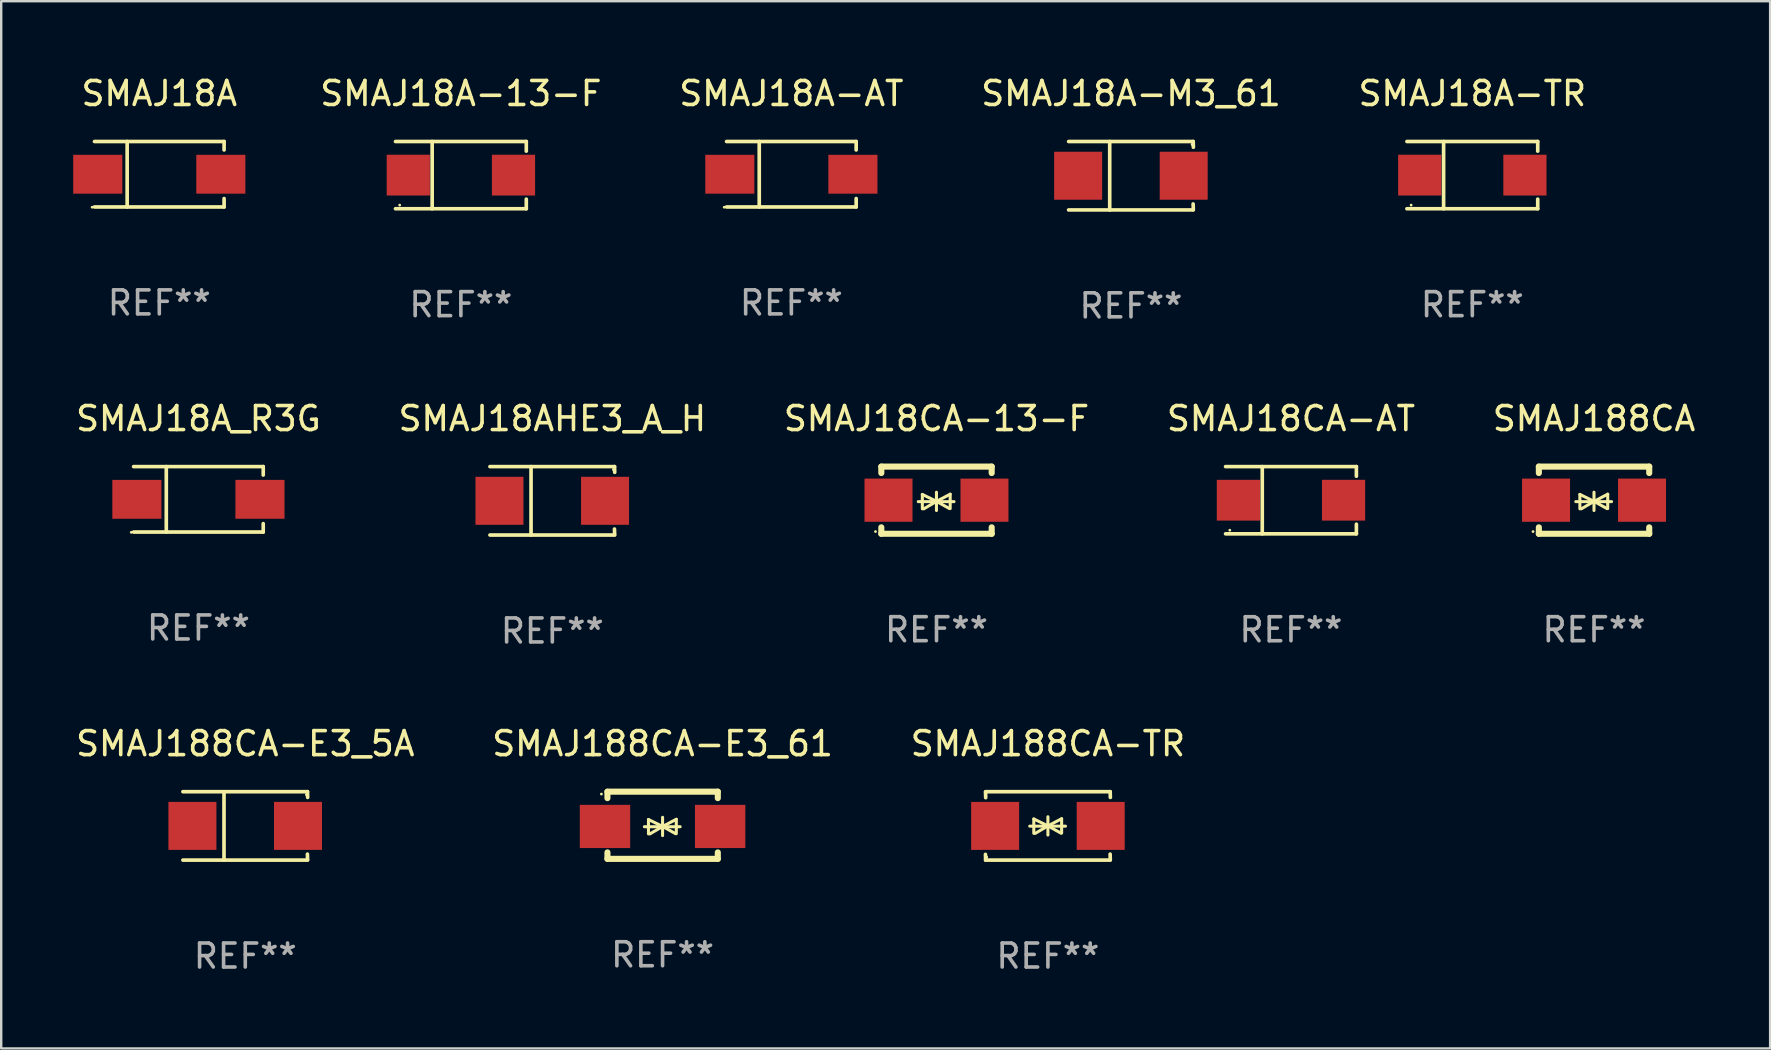
<source format=kicad_pcb>
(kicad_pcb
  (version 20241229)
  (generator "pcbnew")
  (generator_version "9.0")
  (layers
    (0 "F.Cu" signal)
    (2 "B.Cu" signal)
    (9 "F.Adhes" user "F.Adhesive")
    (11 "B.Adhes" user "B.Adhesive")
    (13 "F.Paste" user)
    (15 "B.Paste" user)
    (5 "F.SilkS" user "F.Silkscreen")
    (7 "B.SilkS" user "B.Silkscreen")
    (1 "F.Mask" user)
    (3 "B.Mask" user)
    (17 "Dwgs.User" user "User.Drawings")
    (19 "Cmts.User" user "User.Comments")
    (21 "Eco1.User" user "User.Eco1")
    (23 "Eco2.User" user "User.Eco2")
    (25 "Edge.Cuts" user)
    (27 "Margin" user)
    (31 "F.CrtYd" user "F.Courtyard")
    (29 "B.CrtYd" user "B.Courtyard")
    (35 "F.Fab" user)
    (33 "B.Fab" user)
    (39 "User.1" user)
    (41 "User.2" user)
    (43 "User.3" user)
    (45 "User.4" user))
  (footprint "SMAJ188CA-E3_61"
    (layer "F.Cu")
    (at 24.565 31.346)
    (property "Reference" "SMAJ188CA-E3_61" (at 0 -3.4 0) (layer "F.SilkS") (effects (font (size 1 1) (thickness 0.15))))
    (attr through_hole)
    (fp_line (start -2.298 -1.4) (end -2.298 -1.131) (stroke (width 0.254) (type solid)) (layer "F.SilkS"))
    (fp_line (start -2.298 -1.4) (end 2.302 -1.4) (stroke (width 0.254) (type solid)) (layer "F.SilkS"))
    (fp_line (start -2.298 1.131) (end -2.298 1.4) (stroke (width 0.254) (type solid)) (layer "F.SilkS"))
    (fp_line (start -2.298 1.4) (end 2.302 1.4) (stroke (width 0.254) (type solid)) (layer "F.SilkS"))
    (fp_line (start -0.758 0.06) (end 0.732 0.06) (stroke (width 0.127) (type solid)) (layer "F.SilkS"))
    (fp_line (start -0.588 -0.24) (end -0.588 0.36) (stroke (width 0.127) (type solid)) (layer "F.SilkS"))
    (fp_line (start -0.588 -0.24) (end 0.000025 0.049) (stroke (width 0.127) (type solid)) (layer "F.SilkS"))
    (fp_line (start -0.528 0.36) (end 0.000025 0.049) (stroke (width 0.127) (type solid)) (layer "F.SilkS"))
    (fp_line (start 0.000025 0.049) (end 0.000025 -0.332) (stroke (width 0.127) (type solid)) (layer "F.SilkS"))
    (fp_line (start 0.000025 0.049) (end 0.000025 0.43) (stroke (width 0.127) (type solid)) (layer "F.SilkS"))
    (fp_line (start 0.542 0.35) (end 0.000025 0.049) (stroke (width 0.127) (type solid)) (layer "F.SilkS"))
    (fp_line (start 0.572 -0.25) (end 0.000025 0.049) (stroke (width 0.127) (type solid)) (layer "F.SilkS"))
    (fp_line (start 0.572 -0.25) (end 0.572 0.35) (stroke (width 0.127) (type solid)) (layer "F.SilkS"))
    (fp_line (start 2.302 -1.4) (end 2.302 -1.131) (stroke (width 0.254) (type solid)) (layer "F.SilkS"))
    (fp_line (start 2.302 1.131) (end 2.302 1.4) (stroke (width 0.254) (type solid)) (layer "F.SilkS"))
    (fp_circle (center -2.549 -1.301) (end -2.519 -1.301) (stroke (width 0.06) (type solid)) (fill no) (layer "F.SilkS"))
    (fp_text user "REF**" (at 0 5.4 0) (layer "F.Fab") (effects (font (size 1 1) (thickness 0.15))))
    (pad "1" smd rect (at -2.4 0.049) (size 2.1 1.8) (layers "F.Cu" "F.Mask" "F.Paste"))
    (pad "2" smd rect (at 2.4 0.049) (size 2.1 1.8) (layers "F.Cu" "F.Mask" "F.Paste")))
  (footprint "SMAJ18CA-AT"
    (layer "F.Cu")
    (at 50.756 17.798)
    (property "Reference" "SMAJ18CA-AT" (at 0 -3.401 0) (layer "F.SilkS") (effects (font (size 1 1) (thickness 0.15))))
    (attr through_hole)
    (fp_line (start -2.726 -1.401) (end 2.726 -1.401) (stroke (width 0.152) (type solid)) (layer "F.SilkS"))
    (fp_line (start -2.726 1.401) (end 2.726 1.401) (stroke (width 0.152) (type solid)) (layer "F.SilkS"))
    (fp_line (start -1.197 -1.401) (end -1.197 1.401) (stroke (width 0.152) (type solid)) (layer "F.SilkS"))
    (fp_line (start 2.726 -1.401) (end 2.726 -1) (stroke (width 0.152) (type solid)) (layer "F.SilkS"))
    (fp_line (start 2.726 1.401) (end 2.726 1) (stroke (width 0.152) (type solid)) (layer "F.SilkS"))
    (fp_circle (center -2.55 1.25) (end -2.52 1.25) (stroke (width 0.06) (type solid)) (fill no) (layer "F.SilkS"))
    (fp_text user "REF**" (at 0 5.401 0) (layer "F.Fab") (effects (font (size 1 1) (thickness 0.15))))
    (pad "1" smd rect (at -2.192 0) (size 1.8 1.7) (layers "F.Cu" "F.Mask" "F.Paste"))
    (pad "2" smd rect (at 2.192 0) (size 1.8 1.7) (layers "F.Cu" "F.Mask" "F.Paste")))
  (footprint "SMAJ18A"
    (layer "F.Cu")
    (at 3.589 4.212)
    (property "Reference" "SMAJ18A" (at 0 -3.364 0) (layer "F.SilkS") (effects (font (size 1 1) (thickness 0.15))))
    (attr through_hole)
    (fp_line (start -2.701 -1.364) (end 2.701 -1.364) (stroke (width 0.152) (type solid)) (layer "F.SilkS"))
    (fp_line (start -2.701 1.364) (end 2.701 1.364) (stroke (width 0.152) (type solid)) (layer "F.SilkS"))
    (fp_line (start -1.339 -1.364) (end -1.339 1.364) (stroke (width 0.152) (type solid)) (layer "F.SilkS"))
    (fp_line (start 2.701 -1.364) (end 2.701 -1.013) (stroke (width 0.152) (type solid)) (layer "F.SilkS"))
    (fp_line (start 2.701 1.364) (end 2.701 1.013) (stroke (width 0.152) (type solid)) (layer "F.SilkS"))
    (fp_circle (center -2.8 1.375) (end -2.77 1.375) (stroke (width 0.06) (type solid)) (fill no) (layer "F.SilkS"))
    (fp_text user "REF**" (at 0 5.364 0) (layer "F.Fab") (effects (font (size 1 1) (thickness 0.15))))
    (pad "1" smd rect (at -2.565 -0.000025) (size 2.046 1.62) (layers "F.Cu" "F.Mask" "F.Paste"))
    (pad "2" smd rect (at 2.565 -0.000025) (size 2.046 1.62) (layers "F.Cu" "F.Mask" "F.Paste")))
  (footprint "SMAJ18CA-13-F"
    (layer "F.Cu")
    (at 35.982 17.797)
    (property "Reference" "SMAJ18CA-13-F" (at 0 -3.4 0) (layer "F.SilkS") (effects (font (size 1 1) (thickness 0.15))))
    (attr through_hole)
    (fp_line (start -2.3 -1.4) (end -2.3 -1.131) (stroke (width 0.254) (type solid)) (layer "F.SilkS"))
    (fp_line (start -2.3 -1.4) (end 2.3 -1.4) (stroke (width 0.254) (type solid)) (layer "F.SilkS"))
    (fp_line (start -2.3 1.131) (end -2.3 1.4) (stroke (width 0.254) (type solid)) (layer "F.SilkS"))
    (fp_line (start -2.3 1.4) (end 2.3 1.4) (stroke (width 0.254) (type solid)) (layer "F.SilkS"))
    (fp_line (start -0.76 0.06) (end 0.73 0.06) (stroke (width 0.127) (type solid)) (layer "F.SilkS"))
    (fp_line (start -0.59 -0.24) (end -0.59 0.36) (stroke (width 0.127) (type solid)) (layer "F.SilkS"))
    (fp_line (start -0.59 -0.24) (end -0.002 0.049) (stroke (width 0.127) (type solid)) (layer "F.SilkS"))
    (fp_line (start -0.53 0.36) (end -0.002 0.049) (stroke (width 0.127) (type solid)) (layer "F.SilkS"))
    (fp_line (start -0.002 0.049) (end -0.002 -0.332) (stroke (width 0.127) (type solid)) (layer "F.SilkS"))
    (fp_line (start -0.002 0.049) (end -0.002 0.43) (stroke (width 0.127) (type solid)) (layer "F.SilkS"))
    (fp_line (start 0.54 0.35) (end -0.002 0.049) (stroke (width 0.127) (type solid)) (layer "F.SilkS"))
    (fp_line (start 0.57 -0.25) (end -0.002 0.049) (stroke (width 0.127) (type solid)) (layer "F.SilkS"))
    (fp_line (start 0.57 -0.25) (end 0.57 0.35) (stroke (width 0.127) (type solid)) (layer "F.SilkS"))
    (fp_line (start 2.3 -1.4) (end 2.3 -1.131) (stroke (width 0.254) (type solid)) (layer "F.SilkS"))
    (fp_line (start 2.3 1.131) (end 2.3 1.4) (stroke (width 0.254) (type solid)) (layer "F.SilkS"))
    (fp_circle (center -2.542 1.308) (end -2.512 1.308) (stroke (width 0.06) (type solid)) (fill no) (layer "F.SilkS"))
    (fp_text user "REF**" (at 0 5.4 0) (layer "F.Fab") (effects (font (size 1 1) (thickness 0.15))))
    (pad "1" smd rect (at -2 0) (size 2 1.8) (layers "F.Cu" "F.Mask" "F.Paste"))
    (pad "2" smd rect (at 2 0) (size 2 1.8) (layers "F.Cu" "F.Mask" "F.Paste")))
  (footprint "SMAJ18A_R3G"
    (layer "F.Cu")
    (at 5.22 17.761)
    (property "Reference" "SMAJ18A_R3G" (at 0 -3.364 0) (layer "F.SilkS") (effects (font (size 1 1) (thickness 0.15))))
    (attr through_hole)
    (fp_line (start -2.701 -1.364) (end 2.701 -1.364) (stroke (width 0.152) (type solid)) (layer "F.SilkS"))
    (fp_line (start -2.701 1.364) (end 2.701 1.364) (stroke (width 0.152) (type solid)) (layer "F.SilkS"))
    (fp_line (start -1.339 -1.364) (end -1.339 1.364) (stroke (width 0.152) (type solid)) (layer "F.SilkS"))
    (fp_line (start 2.701 -1.364) (end 2.701 -1.013) (stroke (width 0.152) (type solid)) (layer "F.SilkS"))
    (fp_line (start 2.701 1.364) (end 2.701 1.013) (stroke (width 0.152) (type solid)) (layer "F.SilkS"))
    (fp_circle (center -2.8 1.375) (end -2.77 1.375) (stroke (width 0.06) (type solid)) (fill no) (layer "F.SilkS"))
    (fp_text user "REF**" (at 0 5.364 0) (layer "F.Fab") (effects (font (size 1 1) (thickness 0.15))))
    (pad "1" smd rect (at -2.565 -0.000025) (size 2.046 1.62) (layers "F.Cu" "F.Mask" "F.Paste"))
    (pad "2" smd rect (at 2.565 -0.000025) (size 2.046 1.62) (layers "F.Cu" "F.Mask" "F.Paste")))
  (footprint "SMAJ188CA-TR"
    (layer "F.Cu")
    (at 40.625 31.372)
    (property "Reference" "SMAJ188CA-TR" (at 0 -3.426 0) (layer "F.SilkS") (effects (font (size 1 1) (thickness 0.15))))
    (attr through_hole)
    (fp_line (start -2.596 -1.426) (end 2.596 -1.426) (stroke (width 0.152) (type solid)) (layer "F.SilkS"))
    (fp_line (start -2.596 1.426) (end -2.603 1.187) (stroke (width 0.152) (type solid)) (layer "F.SilkS"))
    (fp_line (start -2.596 1.426) (end 2.596 1.426) (stroke (width 0.152) (type solid)) (layer "F.SilkS"))
    (fp_line (start -2.593 -1.176) (end -2.6 -1.415) (stroke (width 0.152) (type solid)) (layer "F.SilkS"))
    (fp_line (start -0.758 0.011) (end 0.732 0.011) (stroke (width 0.127) (type solid)) (layer "F.SilkS"))
    (fp_line (start -0.588 -0.289) (end -0.588 0.311) (stroke (width 0.127) (type solid)) (layer "F.SilkS"))
    (fp_line (start -0.588 -0.289) (end 0 0) (stroke (width 0.127) (type solid)) (layer "F.SilkS"))
    (fp_line (start -0.528 0.311) (end 0 0) (stroke (width 0.127) (type solid)) (layer "F.SilkS"))
    (fp_line (start 0 0) (end 0 -0.381) (stroke (width 0.127) (type solid)) (layer "F.SilkS"))
    (fp_line (start 0 0) (end 0 0.381) (stroke (width 0.127) (type solid)) (layer "F.SilkS"))
    (fp_line (start 0.542 0.301) (end 0 0) (stroke (width 0.127) (type solid)) (layer "F.SilkS"))
    (fp_line (start 0.572 -0.299) (end 0 0) (stroke (width 0.127) (type solid)) (layer "F.SilkS"))
    (fp_line (start 0.572 -0.299) (end 0.572 0.301) (stroke (width 0.127) (type solid)) (layer "F.SilkS"))
    (fp_line (start 2.593 1.176) (end 2.6 1.415) (stroke (width 0.152) (type solid)) (layer "F.SilkS"))
    (fp_line (start 2.596 -1.426) (end 2.603 -1.187) (stroke (width 0.152) (type solid)) (layer "F.SilkS"))
    (fp_circle (center -2.55 1.3) (end -2.52 1.3) (stroke (width 0.06) (type solid)) (fill no) (layer "F.SilkS"))
    (fp_text user "REF**" (at 0 5.426 0) (layer "F.Fab") (effects (font (size 1 1) (thickness 0.15))))
    (pad "1" smd rect (at -2.2 0 180) (size 2 2) (layers "F.Cu" "F.Mask" "F.Paste"))
    (pad "2" smd rect (at 2.2 0 180) (size 2 2) (layers "F.Cu" "F.Mask" "F.Paste")))
  (footprint "SMAJ18A-TR"
    (layer "F.Cu")
    (at 58.314 4.249)
    (property "Reference" "SMAJ18A-TR" (at 0 -3.401 0) (layer "F.SilkS") (effects (font (size 1 1) (thickness 0.15))))
    (attr through_hole)
    (fp_line (start -2.726 -1.401) (end 2.726 -1.401) (stroke (width 0.152) (type solid)) (layer "F.SilkS"))
    (fp_line (start -2.726 1.401) (end 2.726 1.401) (stroke (width 0.152) (type solid)) (layer "F.SilkS"))
    (fp_line (start -1.197 -1.401) (end -1.197 1.401) (stroke (width 0.152) (type solid)) (layer "F.SilkS"))
    (fp_line (start 2.726 -1.401) (end 2.726 -1) (stroke (width 0.152) (type solid)) (layer "F.SilkS"))
    (fp_line (start 2.726 1.401) (end 2.726 1) (stroke (width 0.152) (type solid)) (layer "F.SilkS"))
    (fp_circle (center -2.55 1.25) (end -2.52 1.25) (stroke (width 0.06) (type solid)) (fill no) (layer "F.SilkS"))
    (fp_text user "REF**" (at 0 5.401 0) (layer "F.Fab") (effects (font (size 1 1) (thickness 0.15))))
    (pad "1" smd rect (at -2.192 0) (size 1.8 1.7) (layers "F.Cu" "F.Mask" "F.Paste"))
    (pad "2" smd rect (at 2.192 0) (size 1.8 1.7) (layers "F.Cu" "F.Mask" "F.Paste")))
  (footprint "SMAJ188CA"
    (layer "F.Cu")
    (at 63.387 17.797)
    (property "Reference" "SMAJ188CA" (at 0 -3.4 0) (layer "F.SilkS") (effects (font (size 1 1) (thickness 0.15))))
    (attr through_hole)
    (fp_line (start -2.3 -1.4) (end -2.3 -1.131) (stroke (width 0.254) (type solid)) (layer "F.SilkS"))
    (fp_line (start -2.3 -1.4) (end 2.3 -1.4) (stroke (width 0.254) (type solid)) (layer "F.SilkS"))
    (fp_line (start -2.3 1.131) (end -2.3 1.4) (stroke (width 0.254) (type solid)) (layer "F.SilkS"))
    (fp_line (start -2.3 1.4) (end 2.3 1.4) (stroke (width 0.254) (type solid)) (layer "F.SilkS"))
    (fp_line (start -0.76 0.06) (end 0.73 0.06) (stroke (width 0.127) (type solid)) (layer "F.SilkS"))
    (fp_line (start -0.59 -0.24) (end -0.59 0.36) (stroke (width 0.127) (type solid)) (layer "F.SilkS"))
    (fp_line (start -0.59 -0.24) (end -0.002 0.049) (stroke (width 0.127) (type solid)) (layer "F.SilkS"))
    (fp_line (start -0.53 0.36) (end -0.002 0.049) (stroke (width 0.127) (type solid)) (layer "F.SilkS"))
    (fp_line (start -0.002 0.049) (end -0.002 -0.332) (stroke (width 0.127) (type solid)) (layer "F.SilkS"))
    (fp_line (start -0.002 0.049) (end -0.002 0.43) (stroke (width 0.127) (type solid)) (layer "F.SilkS"))
    (fp_line (start 0.54 0.35) (end -0.002 0.049) (stroke (width 0.127) (type solid)) (layer "F.SilkS"))
    (fp_line (start 0.57 -0.25) (end -0.002 0.049) (stroke (width 0.127) (type solid)) (layer "F.SilkS"))
    (fp_line (start 0.57 -0.25) (end 0.57 0.35) (stroke (width 0.127) (type solid)) (layer "F.SilkS"))
    (fp_line (start 2.3 -1.4) (end 2.3 -1.131) (stroke (width 0.254) (type solid)) (layer "F.SilkS"))
    (fp_line (start 2.3 1.131) (end 2.3 1.4) (stroke (width 0.254) (type solid)) (layer "F.SilkS"))
    (fp_circle (center -2.542 1.308) (end -2.512 1.308) (stroke (width 0.06) (type solid)) (fill no) (layer "F.SilkS"))
    (fp_text user "REF**" (at 0 5.4 0) (layer "F.Fab") (effects (font (size 1 1) (thickness 0.15))))
    (pad "1" smd rect (at -2 0) (size 2 1.8) (layers "F.Cu" "F.Mask" "F.Paste"))
    (pad "2" smd rect (at 2 0) (size 2 1.8) (layers "F.Cu" "F.Mask" "F.Paste")))
  (footprint "SMAJ18A-AT"
    (layer "F.Cu")
    (at 29.933 4.212)
    (property "Reference" "SMAJ18A-AT" (at 0 -3.364 0) (layer "F.SilkS") (effects (font (size 1 1) (thickness 0.15))))
    (attr through_hole)
    (fp_line (start -2.701 -1.364) (end 2.701 -1.364) (stroke (width 0.152) (type solid)) (layer "F.SilkS"))
    (fp_line (start -2.701 1.364) (end 2.701 1.364) (stroke (width 0.152) (type solid)) (layer "F.SilkS"))
    (fp_line (start -1.339 -1.364) (end -1.339 1.364) (stroke (width 0.152) (type solid)) (layer "F.SilkS"))
    (fp_line (start 2.701 -1.364) (end 2.701 -1.013) (stroke (width 0.152) (type solid)) (layer "F.SilkS"))
    (fp_line (start 2.701 1.364) (end 2.701 1.013) (stroke (width 0.152) (type solid)) (layer "F.SilkS"))
    (fp_circle (center -2.8 1.375) (end -2.77 1.375) (stroke (width 0.06) (type solid)) (fill no) (layer "F.SilkS"))
    (fp_text user "REF**" (at 0 5.364 0) (layer "F.Fab") (effects (font (size 1 1) (thickness 0.15))))
    (pad "1" smd rect (at -2.565 -0.000025) (size 2.046 1.62) (layers "F.Cu" "F.Mask" "F.Paste"))
    (pad "2" smd rect (at 2.565 -0.000025) (size 2.046 1.62) (layers "F.Cu" "F.Mask" "F.Paste")))
  (footprint "SMAJ18AHE3_A_H"
    (layer "F.Cu")
    (at 19.97 17.823)
    (property "Reference" "SMAJ18AHE3_A_H" (at 0 -3.426 0) (layer "F.SilkS") (effects (font (size 1 1) (thickness 0.15))))
    (attr through_hole)
    (fp_line (start -2.6 -1.426) (end 2.593 -1.426) (stroke (width 0.152) (type solid)) (layer "F.SilkS"))
    (fp_line (start -2.6 1.426) (end 2.593 1.426) (stroke (width 0.152) (type solid)) (layer "F.SilkS"))
    (fp_line (start -0.887 -1.426) (end -0.887 1.426) (stroke (width 0.152) (type solid)) (layer "F.SilkS"))
    (fp_line (start 2.59 1.176) (end 2.597 1.415) (stroke (width 0.152) (type solid)) (layer "F.SilkS"))
    (fp_line (start 2.593 -1.426) (end 2.6 -1.187) (stroke (width 0.152) (type solid)) (layer "F.SilkS"))
    (fp_circle (center 2.547 -1.3) (end 2.577 -1.3) (stroke (width 0.06) (type solid)) (fill no) (layer "F.SilkS"))
    (fp_text user "REF**" (at 0 5.426 0) (layer "F.Fab") (effects (font (size 1 1) (thickness 0.15))))
    (pad "1" smd rect (at 2.197 -0.000025 180) (size 2 2) (layers "F.Cu" "F.Mask" "F.Paste"))
    (pad "2" smd rect (at -2.203 -0.000025 180) (size 2 2) (layers "F.Cu" "F.Mask" "F.Paste")))
  (footprint "SMAJ18A-M3_61"
    (layer "F.Cu")
    (at 44.088 4.274)
    (property "Reference" "SMAJ18A-M3_61" (at 0 -3.426 0) (layer "F.SilkS") (effects (font (size 1 1) (thickness 0.15))))
    (attr through_hole)
    (fp_line (start -2.6 -1.426) (end 2.593 -1.426) (stroke (width 0.152) (type solid)) (layer "F.SilkS"))
    (fp_line (start -2.6 1.426) (end 2.593 1.426) (stroke (width 0.152) (type solid)) (layer "F.SilkS"))
    (fp_line (start -0.887 -1.426) (end -0.887 1.426) (stroke (width 0.152) (type solid)) (layer "F.SilkS"))
    (fp_line (start 2.59 1.176) (end 2.597 1.415) (stroke (width 0.152) (type solid)) (layer "F.SilkS"))
    (fp_line (start 2.593 -1.426) (end 2.6 -1.187) (stroke (width 0.152) (type solid)) (layer "F.SilkS"))
    (fp_circle (center 2.547 -1.3) (end 2.577 -1.3) (stroke (width 0.06) (type solid)) (fill no) (layer "F.SilkS"))
    (fp_text user "REF**" (at 0 5.426 0) (layer "F.Fab") (effects (font (size 1 1) (thickness 0.15))))
    (pad "1" smd rect (at 2.197 -0.000025 180) (size 2 2) (layers "F.Cu" "F.Mask" "F.Paste"))
    (pad "2" smd rect (at -2.203 -0.000025 180) (size 2 2) (layers "F.Cu" "F.Mask" "F.Paste")))
  (footprint "SMAJ18A-13-F"
    (layer "F.Cu")
    (at 16.159 4.249)
    (property "Reference" "SMAJ18A-13-F" (at 0 -3.401 0) (layer "F.SilkS") (effects (font (size 1 1) (thickness 0.15))))
    (attr through_hole)
    (fp_line (start -2.726 -1.401) (end 2.726 -1.401) (stroke (width 0.152) (type solid)) (layer "F.SilkS"))
    (fp_line (start -2.726 1.401) (end 2.726 1.401) (stroke (width 0.152) (type solid)) (layer "F.SilkS"))
    (fp_line (start -1.197 -1.401) (end -1.197 1.401) (stroke (width 0.152) (type solid)) (layer "F.SilkS"))
    (fp_line (start 2.726 -1.401) (end 2.726 -1) (stroke (width 0.152) (type solid)) (layer "F.SilkS"))
    (fp_line (start 2.726 1.401) (end 2.726 1) (stroke (width 0.152) (type solid)) (layer "F.SilkS"))
    (fp_circle (center -2.55 1.25) (end -2.52 1.25) (stroke (width 0.06) (type solid)) (fill no) (layer "F.SilkS"))
    (fp_text user "REF**" (at 0 5.401 0) (layer "F.Fab") (effects (font (size 1 1) (thickness 0.15))))
    (pad "1" smd rect (at -2.192 0) (size 1.8 1.7) (layers "F.Cu" "F.Mask" "F.Paste"))
    (pad "2" smd rect (at 2.192 0) (size 1.8 1.7) (layers "F.Cu" "F.Mask" "F.Paste")))
  (footprint "SMAJ188CA-E3_5A"
    (layer "F.Cu")
    (at 7.173 31.372)
    (property "Reference" "SMAJ188CA-E3_5A" (at 0 -3.426 0) (layer "F.SilkS") (effects (font (size 1 1) (thickness 0.15))))
    (attr through_hole)
    (fp_line (start -2.6 -1.426) (end 2.593 -1.426) (stroke (width 0.152) (type solid)) (layer "F.SilkS"))
    (fp_line (start -2.6 1.426) (end 2.593 1.426) (stroke (width 0.152) (type solid)) (layer "F.SilkS"))
    (fp_line (start -0.887 -1.426) (end -0.887 1.426) (stroke (width 0.152) (type solid)) (layer "F.SilkS"))
    (fp_line (start 2.59 1.176) (end 2.597 1.415) (stroke (width 0.152) (type solid)) (layer "F.SilkS"))
    (fp_line (start 2.593 -1.426) (end 2.6 -1.187) (stroke (width 0.152) (type solid)) (layer "F.SilkS"))
    (fp_circle (center 2.547 -1.3) (end 2.577 -1.3) (stroke (width 0.06) (type solid)) (fill no) (layer "F.SilkS"))
    (fp_text user "REF**" (at 0 5.426 0) (layer "F.Fab") (effects (font (size 1 1) (thickness 0.15))))
    (pad "1" smd rect (at 2.197 -0.000025 180) (size 2 2) (layers "F.Cu" "F.Mask" "F.Paste"))
    (pad "2" smd rect (at -2.203 -0.000025 180) (size 2 2) (layers "F.Cu" "F.Mask" "F.Paste")))
  (gr_rect
    (start -3 -3)
    (end 70.726 40.647)
    (stroke (width 0.1) (type default))
    (fill no)
    (layer "Edge.Cuts")))
</source>
